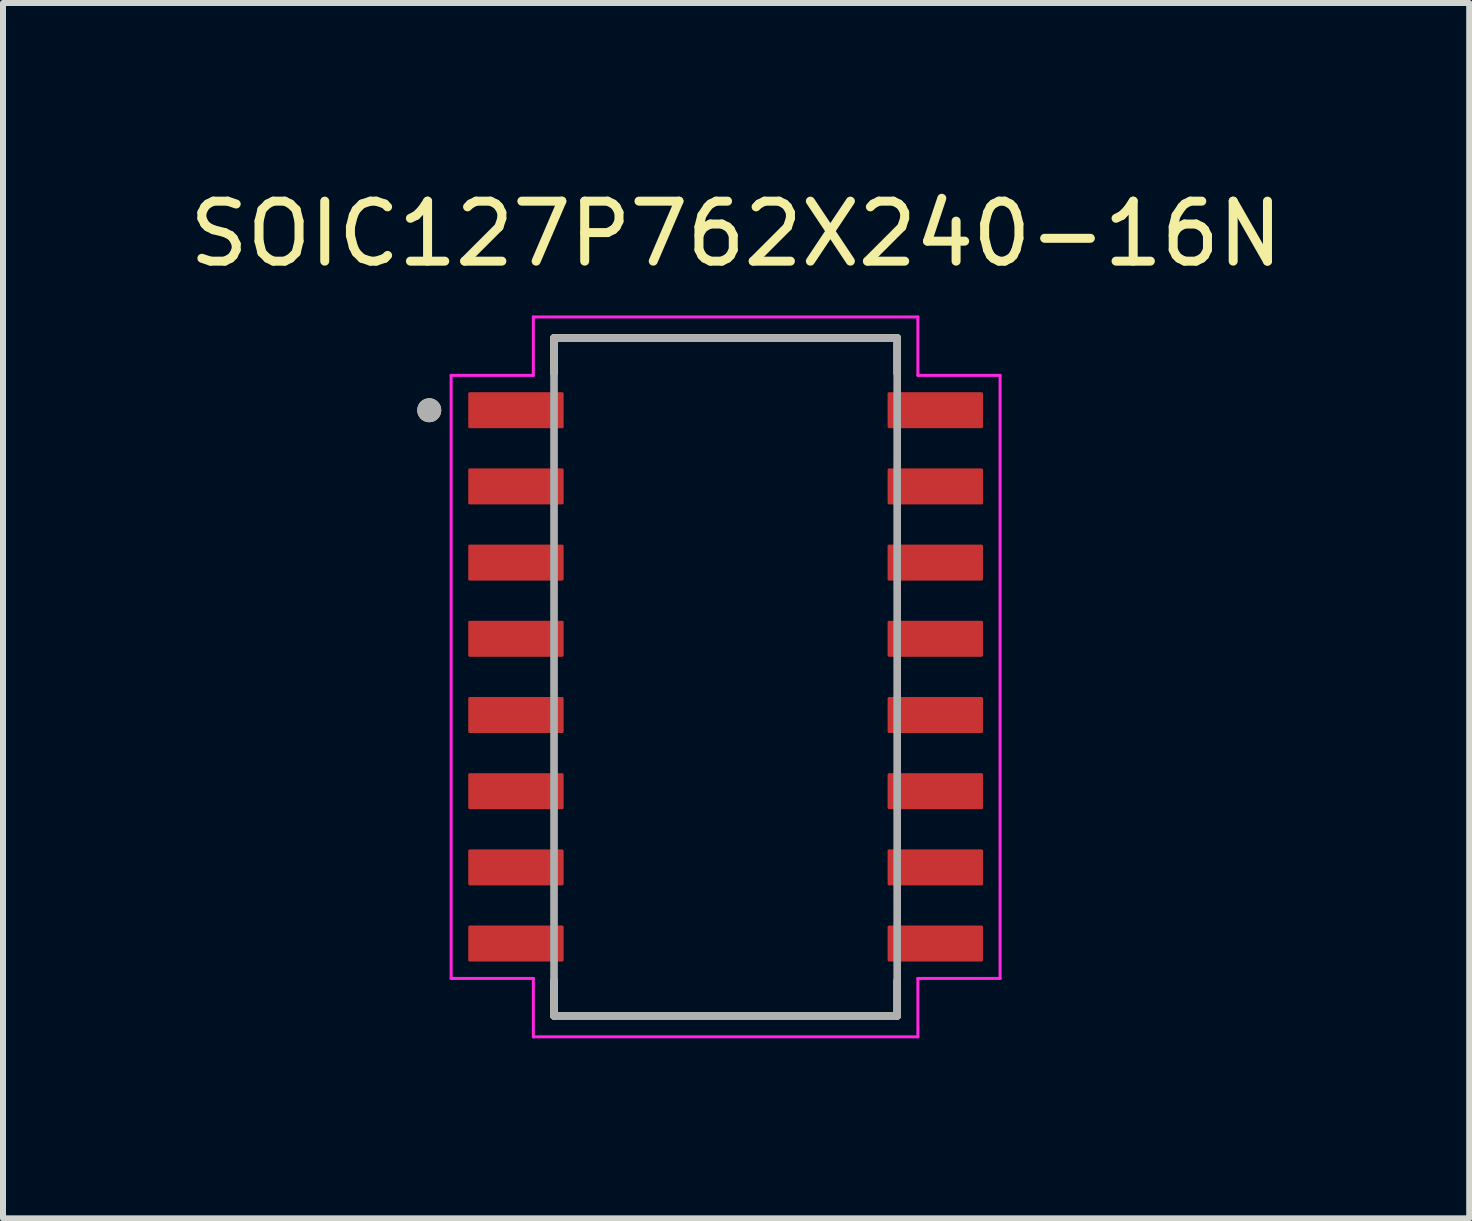
<source format=kicad_pcb>
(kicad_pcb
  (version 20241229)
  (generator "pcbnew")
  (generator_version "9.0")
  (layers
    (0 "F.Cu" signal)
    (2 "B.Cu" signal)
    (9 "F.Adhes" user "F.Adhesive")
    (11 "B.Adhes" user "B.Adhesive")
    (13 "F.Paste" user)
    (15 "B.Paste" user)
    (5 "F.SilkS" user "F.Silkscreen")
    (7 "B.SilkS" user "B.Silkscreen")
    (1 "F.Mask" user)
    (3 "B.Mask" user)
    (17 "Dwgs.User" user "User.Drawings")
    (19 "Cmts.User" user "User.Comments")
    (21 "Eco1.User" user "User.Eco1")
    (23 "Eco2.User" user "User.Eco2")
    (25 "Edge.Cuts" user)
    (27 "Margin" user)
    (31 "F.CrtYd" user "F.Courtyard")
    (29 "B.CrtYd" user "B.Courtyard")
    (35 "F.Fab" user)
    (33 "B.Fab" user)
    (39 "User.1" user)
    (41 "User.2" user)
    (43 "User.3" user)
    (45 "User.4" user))
  (footprint "SOIC127P762X240-16N"
    (layer "F.Cu")
    (at 9.045 8.233)
    (property "Reference" "SOIC127P762X240-16N" (at 0.175 -7.385 0) (layer "F.SilkS") (effects (font (size 1 1) (thickness 0.15))))
    (attr smd)
    (fp_line (start -2.86 -5.65) (end -2.86 -5.064) (stroke (width 0.127) (type solid)) (layer "F.SilkS"))
    (fp_line (start -2.86 -5.65) (end 2.86 -5.65) (stroke (width 0.127) (type solid)) (layer "F.SilkS"))
    (fp_line (start -2.86 5.65) (end -2.86 5.064) (stroke (width 0.127) (type solid)) (layer "F.SilkS"))
    (fp_line (start 2.86 -5.65) (end 2.86 -5.064) (stroke (width 0.127) (type solid)) (layer "F.SilkS"))
    (fp_line (start 2.86 5.65) (end -2.86 5.65) (stroke (width 0.127) (type solid)) (layer "F.SilkS"))
    (fp_line (start 2.86 5.65) (end 2.86 5.064) (stroke (width 0.127) (type solid)) (layer "F.SilkS"))
    (fp_circle (center -4.94 -4.445) (end -4.84 -4.445) (stroke (width 0.2) (type solid)) (fill no) (layer "F.SilkS"))
    (fp_line (start -4.575 -5.026) (end -3.205 -5.026) (stroke (width 0.05) (type solid)) (layer "F.CrtYd"))
    (fp_line (start -4.575 5.026) (end -4.575 -5.026) (stroke (width 0.05) (type solid)) (layer "F.CrtYd"))
    (fp_line (start -3.205 -6) (end 3.205 -6) (stroke (width 0.05) (type solid)) (layer "F.CrtYd"))
    (fp_line (start -3.205 -5.026) (end -3.205 -6) (stroke (width 0.05) (type solid)) (layer "F.CrtYd"))
    (fp_line (start -3.205 5.026) (end -4.575 5.026) (stroke (width 0.05) (type solid)) (layer "F.CrtYd"))
    (fp_line (start -3.205 6) (end -3.205 5.026) (stroke (width 0.05) (type solid)) (layer "F.CrtYd"))
    (fp_line (start 3.205 -6) (end 3.205 -5.026) (stroke (width 0.05) (type solid)) (layer "F.CrtYd"))
    (fp_line (start 3.205 -5.026) (end 4.575 -5.026) (stroke (width 0.05) (type solid)) (layer "F.CrtYd"))
    (fp_line (start 3.205 5.026) (end 3.205 6) (stroke (width 0.05) (type solid)) (layer "F.CrtYd"))
    (fp_line (start 3.205 6) (end -3.205 6) (stroke (width 0.05) (type solid)) (layer "F.CrtYd"))
    (fp_line (start 4.575 -5.026) (end 4.575 5.026) (stroke (width 0.05) (type solid)) (layer "F.CrtYd"))
    (fp_line (start 4.575 5.026) (end 3.205 5.026) (stroke (width 0.05) (type solid)) (layer "F.CrtYd"))
    (fp_line (start -2.86 -5.65) (end 2.86 -5.65) (stroke (width 0.127) (type solid)) (layer "F.Fab"))
    (fp_line (start -2.86 5.65) (end -2.86 -5.65) (stroke (width 0.127) (type solid)) (layer "F.Fab"))
    (fp_line (start 2.86 -5.65) (end 2.86 5.65) (stroke (width 0.127) (type solid)) (layer "F.Fab"))
    (fp_line (start 2.86 5.65) (end -2.86 5.65) (stroke (width 0.127) (type solid)) (layer "F.Fab"))
    (fp_circle (center -4.94 -4.445) (end -4.84 -4.445) (stroke (width 0.2) (type solid)) (fill no) (layer "F.Fab"))
    (pad "1" smd roundrect (at -3.495 -4.445) (size 1.59 0.6) (layers "F.Cu" "F.Mask" "F.Paste") (roundrect_rratio 0.04))
    (pad "2" smd roundrect (at -3.495 -3.175) (size 1.59 0.6) (layers "F.Cu" "F.Mask" "F.Paste") (roundrect_rratio 0.04))
    (pad "3" smd roundrect (at -3.495 -1.905) (size 1.59 0.6) (layers "F.Cu" "F.Mask" "F.Paste") (roundrect_rratio 0.04))
    (pad "4" smd roundrect (at -3.495 -0.635) (size 1.59 0.6) (layers "F.Cu" "F.Mask" "F.Paste") (roundrect_rratio 0.04))
    (pad "5" smd roundrect (at -3.495 0.635) (size 1.59 0.6) (layers "F.Cu" "F.Mask" "F.Paste") (roundrect_rratio 0.04))
    (pad "6" smd roundrect (at -3.495 1.905) (size 1.59 0.6) (layers "F.Cu" "F.Mask" "F.Paste") (roundrect_rratio 0.04))
    (pad "7" smd roundrect (at -3.495 3.175) (size 1.59 0.6) (layers "F.Cu" "F.Mask" "F.Paste") (roundrect_rratio 0.04))
    (pad "8" smd roundrect (at -3.495 4.445) (size 1.59 0.6) (layers "F.Cu" "F.Mask" "F.Paste") (roundrect_rratio 0.04))
    (pad "9" smd roundrect (at 3.495 4.445 180) (size 1.59 0.6) (layers "F.Cu" "F.Mask" "F.Paste") (roundrect_rratio 0.04))
    (pad "10" smd roundrect (at 3.495 3.175 180) (size 1.59 0.6) (layers "F.Cu" "F.Mask" "F.Paste") (roundrect_rratio 0.04))
    (pad "11" smd roundrect (at 3.495 1.905 180) (size 1.59 0.6) (layers "F.Cu" "F.Mask" "F.Paste") (roundrect_rratio 0.04))
    (pad "12" smd roundrect (at 3.495 0.635 180) (size 1.59 0.6) (layers "F.Cu" "F.Mask" "F.Paste") (roundrect_rratio 0.04))
    (pad "13" smd roundrect (at 3.495 -0.635 180) (size 1.59 0.6) (layers "F.Cu" "F.Mask" "F.Paste") (roundrect_rratio 0.04))
    (pad "14" smd roundrect (at 3.495 -1.905 180) (size 1.59 0.6) (layers "F.Cu" "F.Mask" "F.Paste") (roundrect_rratio 0.04))
    (pad "15" smd roundrect (at 3.495 -3.175 180) (size 1.59 0.6) (layers "F.Cu" "F.Mask" "F.Paste") (roundrect_rratio 0.04))
    (pad "16" smd roundrect (at 3.495 -4.445 180) (size 1.59 0.6) (layers "F.Cu" "F.Mask" "F.Paste") (roundrect_rratio 0.04)))
  (gr_rect
    (start -3 -3)
    (end 21.44 17.258)
    (stroke (width 0.1) (type default))
    (fill no)
    (layer "Edge.Cuts")))
</source>
